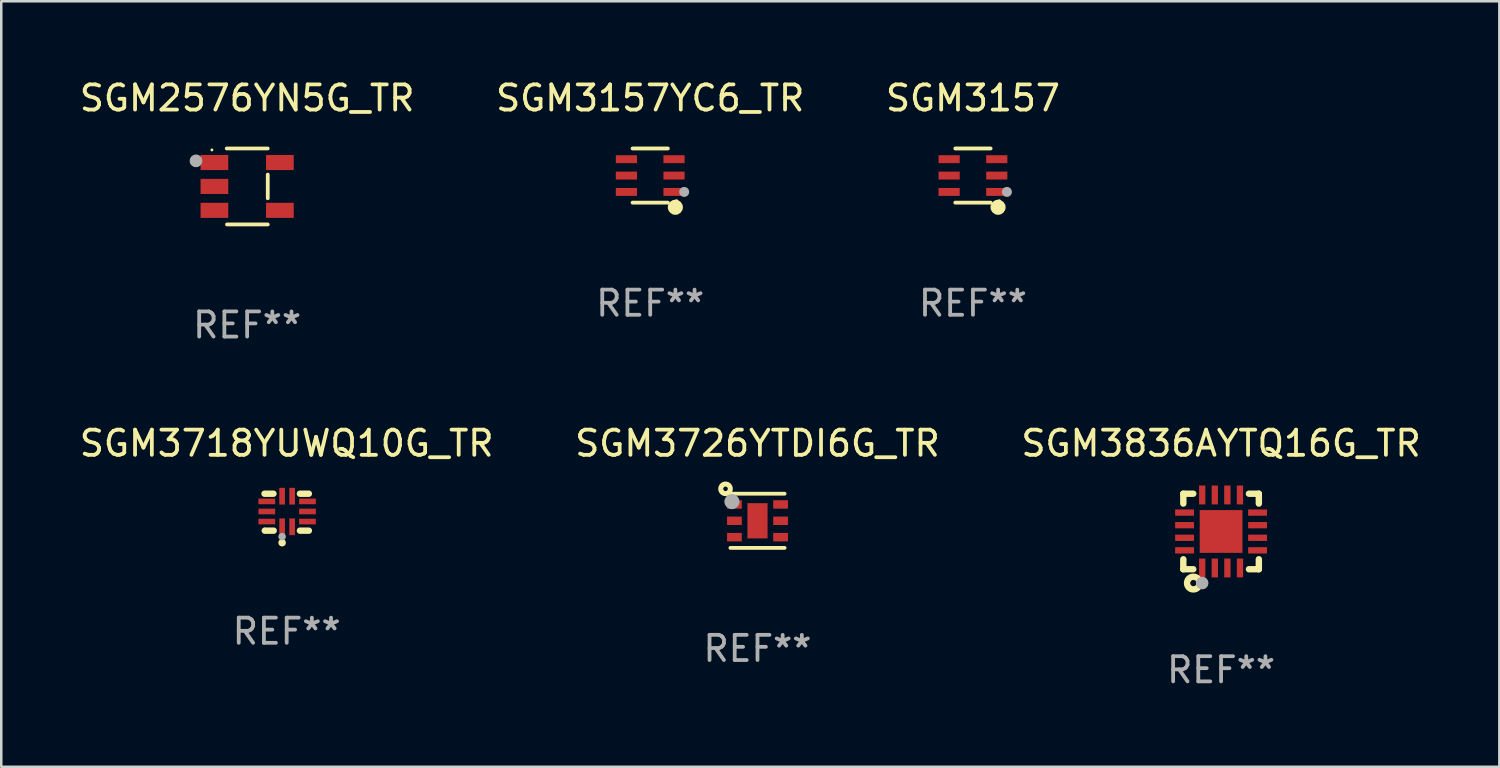
<source format=kicad_pcb>
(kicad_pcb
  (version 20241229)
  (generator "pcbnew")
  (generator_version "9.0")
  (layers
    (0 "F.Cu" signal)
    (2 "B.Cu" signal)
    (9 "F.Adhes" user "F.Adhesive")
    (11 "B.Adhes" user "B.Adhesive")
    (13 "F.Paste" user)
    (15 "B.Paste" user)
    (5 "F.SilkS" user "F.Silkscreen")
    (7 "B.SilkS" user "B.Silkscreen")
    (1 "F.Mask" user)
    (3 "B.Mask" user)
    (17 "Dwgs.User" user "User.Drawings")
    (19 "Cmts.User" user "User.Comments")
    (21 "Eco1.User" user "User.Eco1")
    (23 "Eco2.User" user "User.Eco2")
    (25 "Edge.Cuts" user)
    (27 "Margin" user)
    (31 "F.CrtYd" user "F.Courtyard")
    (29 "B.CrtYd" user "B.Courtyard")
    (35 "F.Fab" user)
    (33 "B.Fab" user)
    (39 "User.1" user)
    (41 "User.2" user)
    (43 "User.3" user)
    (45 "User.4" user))
  (footprint "SGM3157YC6_TR"
    (layer "F.Cu")
    (at 22.78 3.924)
    (property "Reference" "SGM3157YC6_TR" (at 0 -3.076 0) (layer "F.SilkS") (effects (font (size 1 1) (thickness 0.15))))
    (attr through_hole)
    (fp_line (start 0.701 -1.076) (end -0.701 -1.076) (stroke (width 0.152) (type solid)) (layer "F.SilkS"))
    (fp_line (start 0.701 1.076) (end -0.701 1.076) (stroke (width 0.152) (type solid)) (layer "F.SilkS"))
    (fp_circle (center 0.998 1.26) (end 1.148 1.26) (stroke (width 0.3) (type solid)) (fill no) (layer "F.SilkS"))
    (fp_circle (center 1.05 1) (end 1.08 1) (stroke (width 0.06) (type solid)) (fill no) (layer "F.SilkS"))
    (fp_circle (center 1.35 0.65) (end 1.45 0.65) (stroke (width 0.2) (type solid)) (fill no) (layer "F.Fab"))
    (fp_text user "REF**" (at 0 5.076 0) (layer "F.Fab") (effects (font (size 1 1) (thickness 0.15))))
    (pad "1" smd rect (at 0.946 0.65) (size 0.841 0.315) (layers "F.Cu" "F.Mask" "F.Paste"))
    (pad "2" smd rect (at 0.946 0) (size 0.841 0.315) (layers "F.Cu" "F.Mask" "F.Paste"))
    (pad "3" smd rect (at 0.946 -0.65) (size 0.841 0.315) (layers "F.Cu" "F.Mask" "F.Paste"))
    (pad "4" smd rect (at -0.946 -0.65) (size 0.841 0.315) (layers "F.Cu" "F.Mask" "F.Paste"))
    (pad "5" smd rect (at -0.946 0) (size 0.841 0.315) (layers "F.Cu" "F.Mask" "F.Paste"))
    (pad "6" smd rect (at -0.946 0.65) (size 0.841 0.315) (layers "F.Cu" "F.Mask" "F.Paste")))
  (footprint "SGM3718YUWQ10G_TR"
    (layer "F.Cu")
    (at 8.339 17.297)
    (property "Reference" "SGM3718YUWQ10G_TR" (at 0 -2.734 0) (layer "F.SilkS") (effects (font (size 1 1) (thickness 0.15))))
    (attr through_hole)
    (fp_line (start -0.881 -0.734) (end -0.526 -0.734) (stroke (width 0.254) (type solid)) (layer "F.SilkS"))
    (fp_line (start -0.871 0.734) (end -0.516 0.734) (stroke (width 0.254) (type solid)) (layer "F.SilkS"))
    (fp_line (start 0.526 -0.734) (end 0.881 -0.734) (stroke (width 0.254) (type solid)) (layer "F.SilkS"))
    (fp_line (start 0.526 0.734) (end 0.881 0.734) (stroke (width 0.254) (type solid)) (layer "F.SilkS"))
    (fp_circle (center -0.882 0.672) (end -0.852 0.672) (stroke (width 0.06) (type solid)) (fill no) (layer "F.SilkS"))
    (fp_circle (center -0.182 1.212) (end -0.107 1.212) (stroke (width 0.15) (type solid)) (fill no) (layer "F.SilkS"))
    (fp_circle (center -0.182 0.972) (end -0.107 0.972) (stroke (width 0.15) (type solid)) (fill no) (layer "F.Fab"))
    (fp_text user "REF**" (at 0 4.734 0) (layer "F.Fab") (effects (font (size 1 1) (thickness 0.15))))
    (pad "1" smd rect (at -0.182 0.58) (size 0.224 0.665) (layers "F.Cu" "F.Mask" "F.Paste"))
    (pad "2" smd rect (at 0.217 0.58) (size 0.224 0.665) (layers "F.Cu" "F.Mask" "F.Paste"))
    (pad "3" smd rect (at 0.825 0.372) (size 0.665 0.224) (layers "F.Cu" "F.Mask" "F.Paste"))
    (pad "4" smd rect (at 0.825 -0.028) (size 0.665 0.224) (layers "F.Cu" "F.Mask" "F.Paste"))
    (pad "5" smd rect (at 0.825 -0.428) (size 0.665 0.224) (layers "F.Cu" "F.Mask" "F.Paste"))
    (pad "6" smd rect (at 0.217 -0.635) (size 0.224 0.665) (layers "F.Cu" "F.Mask" "F.Paste"))
    (pad "7" smd rect (at -0.182 -0.635) (size 0.224 0.665) (layers "F.Cu" "F.Mask" "F.Paste"))
    (pad "8" smd rect (at -0.79 -0.428) (size 0.665 0.224) (layers "F.Cu" "F.Mask" "F.Paste"))
    (pad "9" smd rect (at -0.79 -0.028) (size 0.665 0.224) (layers "F.Cu" "F.Mask" "F.Paste"))
    (pad "10" smd rect (at -0.79 0.372) (size 0.665 0.224) (layers "F.Cu" "F.Mask" "F.Paste")))
  (footprint "SGM3836AYTQ16G_TR"
    (layer "F.Cu")
    (at 45.458 18.063)
    (property "Reference" "SGM3836AYTQ16G_TR" (at 0 -3.5 0) (layer "F.SilkS") (effects (font (size 1 1) (thickness 0.15))))
    (attr through_hole)
    (fp_line (start -1.5 -1.5) (end -1.5 -1.108) (stroke (width 0.254) (type solid)) (layer "F.SilkS"))
    (fp_line (start -1.5 -1.5) (end -1.105 -1.5) (stroke (width 0.254) (type solid)) (layer "F.SilkS"))
    (fp_line (start -1.5 1.104) (end -1.5 1.5) (stroke (width 0.254) (type solid)) (layer "F.SilkS"))
    (fp_line (start -1.5 1.5) (end -1.105 1.5) (stroke (width 0.254) (type solid)) (layer "F.SilkS"))
    (fp_line (start 1.106 -1.5) (end 1.5 -1.5) (stroke (width 0.254) (type solid)) (layer "F.SilkS"))
    (fp_line (start 1.108 1.5) (end 1.5 1.5) (stroke (width 0.254) (type solid)) (layer "F.SilkS"))
    (fp_line (start 1.5 -1.108) (end 1.5 -1.5) (stroke (width 0.254) (type solid)) (layer "F.SilkS"))
    (fp_line (start 1.5 1.5) (end 1.5 1.104) (stroke (width 0.254) (type solid)) (layer "F.SilkS"))
    (fp_circle (center -1.5 1.5) (end -1.47 1.5) (stroke (width 0.06) (type solid)) (fill no) (layer "F.SilkS"))
    (fp_circle (center -1.1 2.05) (end -0.975 2.05) (stroke (width 0.254) (type solid)) (fill no) (layer "F.SilkS"))
    (fp_circle (center -0.75 2.05) (end -0.625 2.05) (stroke (width 0.25) (type solid)) (fill no) (layer "F.Fab"))
    (fp_text user "REF**" (at 0 5.5 0) (layer "F.Fab") (effects (font (size 1 1) (thickness 0.15))))
    (pad "1" smd rect (at -0.749 1.45) (size 0.25 0.75) (layers "F.Cu" "F.Mask" "F.Paste"))
    (pad "2" smd rect (at -0.249 1.45) (size 0.25 0.75) (layers "F.Cu" "F.Mask" "F.Paste"))
    (pad "3" smd rect (at 0.251 1.45) (size 0.25 0.75) (layers "F.Cu" "F.Mask" "F.Paste"))
    (pad "4" smd rect (at 0.751 1.45) (size 0.25 0.75) (layers "F.Cu" "F.Mask" "F.Paste"))
    (pad "5" smd rect (at 1.45 0.75) (size 0.75 0.25) (layers "F.Cu" "F.Mask" "F.Paste"))
    (pad "6" smd rect (at 1.45 0.25) (size 0.75 0.25) (layers "F.Cu" "F.Mask" "F.Paste"))
    (pad "7" smd rect (at 1.45 -0.25) (size 0.75 0.25) (layers "F.Cu" "F.Mask" "F.Paste"))
    (pad "8" smd rect (at 1.45 -0.75) (size 0.75 0.25) (layers "F.Cu" "F.Mask" "F.Paste"))
    (pad "9" smd rect (at 0.75 -1.45) (size 0.25 0.75) (layers "F.Cu" "F.Mask" "F.Paste"))
    (pad "10" smd rect (at 0.25 -1.45) (size 0.25 0.75) (layers "F.Cu" "F.Mask" "F.Paste"))
    (pad "11" smd rect (at -0.25 -1.45) (size 0.25 0.75) (layers "F.Cu" "F.Mask" "F.Paste"))
    (pad "12" smd rect (at -0.749 -1.45) (size 0.25 0.75) (layers "F.Cu" "F.Mask" "F.Paste"))
    (pad "13" smd rect (at -1.45 -0.75) (size 0.75 0.25) (layers "F.Cu" "F.Mask" "F.Paste"))
    (pad "14" smd rect (at -1.45 -0.25) (size 0.75 0.25) (layers "F.Cu" "F.Mask" "F.Paste"))
    (pad "15" smd rect (at -1.45 0.25) (size 0.75 0.25) (layers "F.Cu" "F.Mask" "F.Paste"))
    (pad "16" smd rect (at -1.45 0.75) (size 0.75 0.25) (layers "F.Cu" "F.Mask" "F.Paste"))
    (pad "17" smd rect (at 0.000267 0.000267) (size 1.7 1.7) (layers "F.Cu" "F.Mask" "F.Paste")))
  (footprint "SGM2576YN5G_TR"
    (layer "F.Cu")
    (at 6.768 4.357)
    (property "Reference" "SGM2576YN5G_TR" (at 0 -3.509 0) (layer "F.SilkS") (effects (font (size 1 1) (thickness 0.15))))
    (attr through_hole)
    (fp_line (start -0.811 -1.509) (end 0.819 -1.509) (stroke (width 0.15) (type solid)) (layer "F.SilkS"))
    (fp_line (start -0.8 1.509) (end 0.82 1.509) (stroke (width 0.15) (type solid)) (layer "F.SilkS"))
    (fp_line (start 0.819 -0.472) (end 0.819 0.47) (stroke (width 0.15) (type solid)) (layer "F.SilkS"))
    (fp_circle (center -1.4 -1.451) (end -1.37 -1.451) (stroke (width 0.06) (type solid)) (fill no) (layer "F.SilkS"))
    (fp_circle (center -2.032 -1.017) (end -1.905 -1.017) (stroke (width 0.254) (type solid)) (fill no) (layer "F.Fab"))
    (fp_text user "REF**" (at 0 5.509 0) (layer "F.Fab") (effects (font (size 1 1) (thickness 0.15))))
    (pad "1" smd rect (at -1.3 -0.951) (size 1.1 0.6) (layers "F.Cu" "F.Mask" "F.Paste"))
    (pad "2" smd rect (at -1.3 -0.001) (size 1.1 0.6) (layers "F.Cu" "F.Mask" "F.Paste"))
    (pad "3" smd rect (at -1.3 0.949) (size 1.1 0.6) (layers "F.Cu" "F.Mask" "F.Paste"))
    (pad "4" smd rect (at 1.3 0.949) (size 1.1 0.6) (layers "F.Cu" "F.Mask" "F.Paste"))
    (pad "5" smd rect (at 1.3 -0.951) (size 1.1 0.6) (layers "F.Cu" "F.Mask" "F.Paste")))
  (footprint "SGM3157"
    (layer "F.Cu")
    (at 35.601 3.924)
    (property "Reference" "SGM3157" (at 0 -3.076 0) (layer "F.SilkS") (effects (font (size 1 1) (thickness 0.15))))
    (attr through_hole)
    (fp_line (start 0.701 -1.076) (end -0.701 -1.076) (stroke (width 0.152) (type solid)) (layer "F.SilkS"))
    (fp_line (start 0.701 1.076) (end -0.701 1.076) (stroke (width 0.152) (type solid)) (layer "F.SilkS"))
    (fp_circle (center 0.998 1.26) (end 1.148 1.26) (stroke (width 0.3) (type solid)) (fill no) (layer "F.SilkS"))
    (fp_circle (center 1.05 1) (end 1.08 1) (stroke (width 0.06) (type solid)) (fill no) (layer "F.SilkS"))
    (fp_circle (center 1.35 0.65) (end 1.45 0.65) (stroke (width 0.2) (type solid)) (fill no) (layer "F.Fab"))
    (fp_text user "REF**" (at 0 5.076 0) (layer "F.Fab") (effects (font (size 1 1) (thickness 0.15))))
    (pad "1" smd rect (at 0.946 0.65) (size 0.841 0.315) (layers "F.Cu" "F.Mask" "F.Paste"))
    (pad "2" smd rect (at 0.946 0) (size 0.841 0.315) (layers "F.Cu" "F.Mask" "F.Paste"))
    (pad "3" smd rect (at 0.946 -0.65) (size 0.841 0.315) (layers "F.Cu" "F.Mask" "F.Paste"))
    (pad "4" smd rect (at -0.946 -0.65) (size 0.841 0.315) (layers "F.Cu" "F.Mask" "F.Paste"))
    (pad "5" smd rect (at -0.946 0) (size 0.841 0.315) (layers "F.Cu" "F.Mask" "F.Paste"))
    (pad "6" smd rect (at -0.946 0.65) (size 0.841 0.315) (layers "F.Cu" "F.Mask" "F.Paste")))
  (footprint "SGM3726YTDI6G_TR"
    (layer "F.Cu")
    (at 27.042 17.639)
    (property "Reference" "SGM3726YTDI6G_TR" (at 0 -3.076 0) (layer "F.SilkS") (effects (font (size 1 1) (thickness 0.15))))
    (attr through_hole)
    (fp_line (start -1.076 -1.076) (end 1.076 -1.076) (stroke (width 0.152) (type solid)) (layer "F.SilkS"))
    (fp_line (start -1.076 1.076) (end 1.076 1.076) (stroke (width 0.152) (type solid)) (layer "F.SilkS"))
    (fp_circle (center -1.27 -1.27) (end -1.18 -1.27) (stroke (width 0.2) (type solid)) (fill no) (layer "F.SilkS"))
    (fp_circle (center -1 -1) (end -0.97 -1) (stroke (width 0.06) (type solid)) (fill no) (layer "F.SilkS"))
    (fp_circle (center -1.016 -0.762) (end -0.866 -0.762) (stroke (width 0.3) (type solid)) (fill no) (layer "F.Fab"))
    (fp_text user "REF**" (at 0 5.076 0) (layer "F.Fab") (effects (font (size 1 1) (thickness 0.15))))
    (pad "1" smd rect (at -0.917 -0.65) (size 0.585 0.336) (layers "F.Cu" "F.Mask" "F.Paste"))
    (pad "2" smd rect (at -0.917 0) (size 0.585 0.336) (layers "F.Cu" "F.Mask" "F.Paste"))
    (pad "3" smd rect (at -0.917 0.65) (size 0.585 0.336) (layers "F.Cu" "F.Mask" "F.Paste"))
    (pad "4" smd rect (at 0.917 0.65) (size 0.585 0.336) (layers "F.Cu" "F.Mask" "F.Paste"))
    (pad "5" smd rect (at 0.917 0) (size 0.585 0.336) (layers "F.Cu" "F.Mask" "F.Paste"))
    (pad "6" smd rect (at 0.917 -0.65) (size 0.585 0.336) (layers "F.Cu" "F.Mask" "F.Paste"))
    (pad "7" smd rect (at 0 0) (size 0.8 1.4) (layers "F.Cu" "F.Mask" "F.Paste")))
  (gr_rect
    (start -3 -3)
    (end 56.512 27.411)
    (stroke (width 0.1) (type default))
    (fill no)
    (layer "Edge.Cuts")))
</source>
